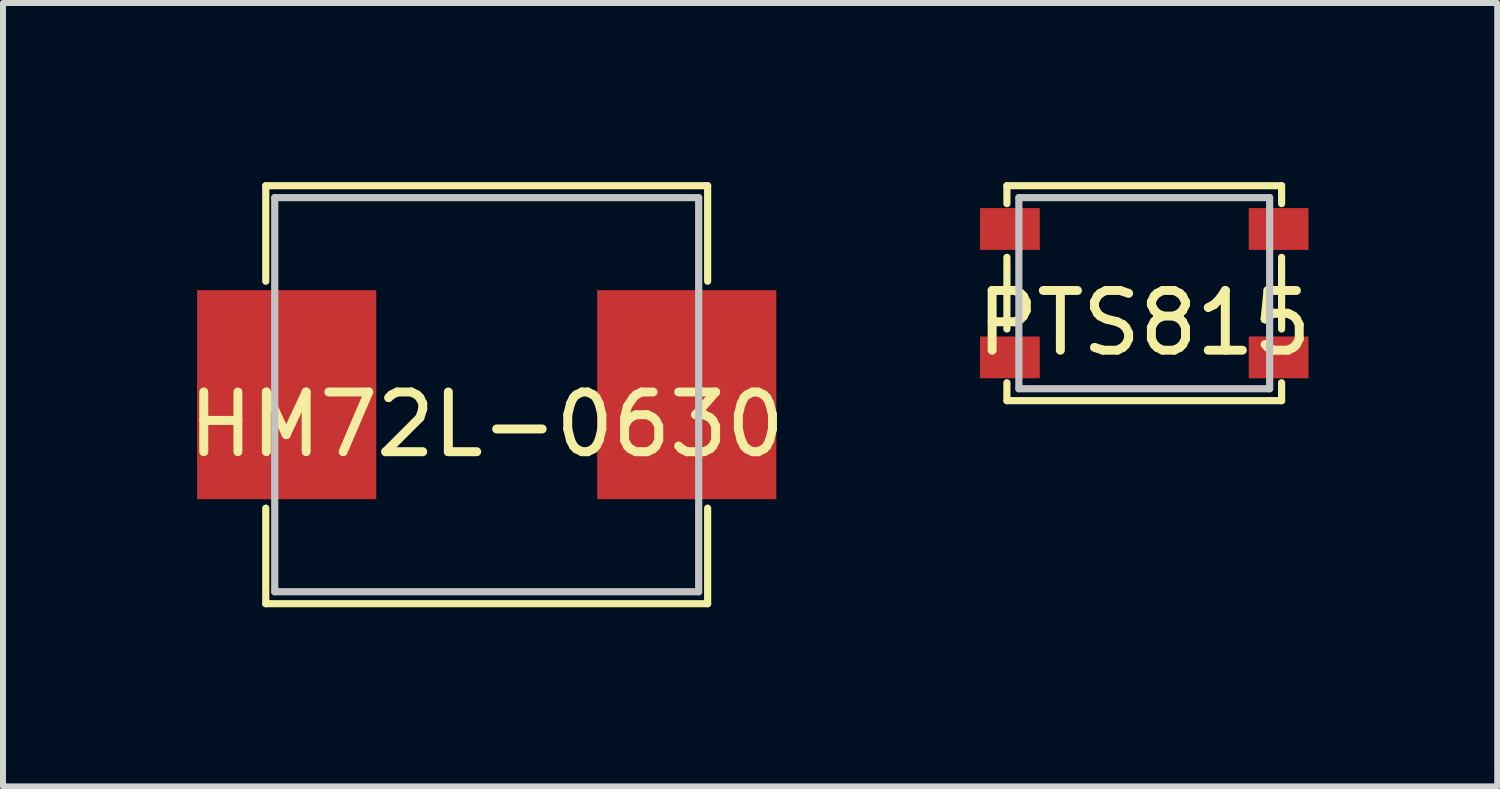
<source format=kicad_pcb>
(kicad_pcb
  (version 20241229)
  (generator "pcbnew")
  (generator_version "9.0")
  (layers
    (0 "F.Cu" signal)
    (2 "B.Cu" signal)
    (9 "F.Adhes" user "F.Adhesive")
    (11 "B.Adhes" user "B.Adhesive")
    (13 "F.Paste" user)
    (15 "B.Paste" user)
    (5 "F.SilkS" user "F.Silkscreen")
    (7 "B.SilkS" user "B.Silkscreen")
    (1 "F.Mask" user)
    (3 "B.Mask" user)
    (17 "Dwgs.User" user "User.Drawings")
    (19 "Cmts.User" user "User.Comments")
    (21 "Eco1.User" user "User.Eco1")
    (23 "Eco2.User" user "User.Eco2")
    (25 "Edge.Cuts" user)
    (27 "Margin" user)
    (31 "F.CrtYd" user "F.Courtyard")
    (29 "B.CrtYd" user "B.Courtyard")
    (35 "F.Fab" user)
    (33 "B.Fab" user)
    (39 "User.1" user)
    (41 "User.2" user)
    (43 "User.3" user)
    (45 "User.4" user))
  (footprint "PTS815"
    (layer "F.Cu")
    (at 16.113 1.86)
    (property "Reference" "PTS815" (at 0 0.5 0) (layer "F.SilkS") (effects (font (size 1 1) (thickness 0.15))))
    (attr through_hole)
    (fp_line (start -2.3 -1.8) (end 2.3 -1.8) (stroke (width 0.12) (type solid)) (layer "F.SilkS"))
    (fp_line (start -2.3 -1.5) (end -2.3 -1.8) (stroke (width 0.12) (type solid)) (layer "F.SilkS"))
    (fp_line (start -2.3 -0.6) (end -2.3 0.6) (stroke (width 0.12) (type solid)) (layer "F.SilkS"))
    (fp_line (start -2.3 1.5) (end -2.3 1.8) (stroke (width 0.12) (type solid)) (layer "F.SilkS"))
    (fp_line (start -2.3 1.8) (end 2.3 1.8) (stroke (width 0.12) (type solid)) (layer "F.SilkS"))
    (fp_line (start 2.3 -1.8) (end 2.3 -1.5) (stroke (width 0.12) (type solid)) (layer "F.SilkS"))
    (fp_line (start 2.3 -0.6) (end 2.3 0.6) (stroke (width 0.12) (type solid)) (layer "F.SilkS"))
    (fp_line (start 2.3 1.8) (end 2.3 1.5) (stroke (width 0.12) (type solid)) (layer "F.SilkS"))
    (fp_line (start -2.1 -1.6) (end 2.1 -1.6) (stroke (width 0.12) (type solid)) (layer "Dwgs.User"))
    (fp_line (start -2.1 1.6) (end -2.1 -1.6) (stroke (width 0.12) (type solid)) (layer "Dwgs.User"))
    (fp_line (start 2.1 -1.6) (end 2.1 1.6) (stroke (width 0.12) (type solid)) (layer "Dwgs.User"))
    (fp_line (start 2.1 1.6) (end -2.1 1.6) (stroke (width 0.12) (type solid)) (layer "Dwgs.User"))
    (pad "1" smd rect (at -2.25 -1.075) (size 1 0.7) (layers "F.Cu" "F.Mask" "F.Paste"))
    (pad "1" smd rect (at 2.25 -1.075) (size 1 0.7) (layers "F.Cu" "F.Mask" "F.Paste"))
    (pad "2" smd rect (at -2.25 1.075) (size 1 0.7) (layers "F.Cu" "F.Mask" "F.Paste"))
    (pad "2" smd rect (at 2.25 1.075) (size 1 0.7) (layers "F.Cu" "F.Mask" "F.Paste")))
  (footprint "HM72L-0630"
    (layer "F.Cu")
    (at 5.101 3.56)
    (property "Reference" "HM72L-0630" (at 0 0.5 0) (layer "F.SilkS") (effects (font (size 1 1) (thickness 0.15))))
    (attr through_hole)
    (fp_line (start -3.7 -3.5) (end 3.7 -3.5) (stroke (width 0.12) (type solid)) (layer "F.SilkS"))
    (fp_line (start -3.7 -1.9) (end -3.7 -3.5) (stroke (width 0.12) (type solid)) (layer "F.SilkS"))
    (fp_line (start -3.7 1.9) (end -3.7 3.5) (stroke (width 0.12) (type solid)) (layer "F.SilkS"))
    (fp_line (start -3.7 3.5) (end 3.7 3.5) (stroke (width 0.12) (type solid)) (layer "F.SilkS"))
    (fp_line (start 3.7 -3.5) (end 3.7 -1.9) (stroke (width 0.12) (type solid)) (layer "F.SilkS"))
    (fp_line (start 3.7 3.5) (end 3.7 1.9) (stroke (width 0.12) (type solid)) (layer "F.SilkS"))
    (fp_line (start -3.55 -3.3) (end 3.55 -3.3) (stroke (width 0.12) (type solid)) (layer "Dwgs.User"))
    (fp_line (start -3.55 3.3) (end -3.55 -3.3) (stroke (width 0.12) (type solid)) (layer "Dwgs.User"))
    (fp_line (start 3.55 -3.3) (end 3.55 3.3) (stroke (width 0.12) (type solid)) (layer "Dwgs.User"))
    (fp_line (start 3.55 3.3) (end -3.55 3.3) (stroke (width 0.12) (type solid)) (layer "Dwgs.User"))
    (pad "1" smd rect (at -3.35 0) (size 3 3.5) (layers "F.Cu" "F.Mask" "F.Paste"))
    (pad "2" smd rect (at 3.35 0) (size 3 3.5) (layers "F.Cu" "F.Mask" "F.Paste")))
  (gr_rect
    (start -3 -3)
    (end 22.024 10.12)
    (stroke (width 0.1) (type default))
    (fill no)
    (layer "Edge.Cuts")))
</source>
